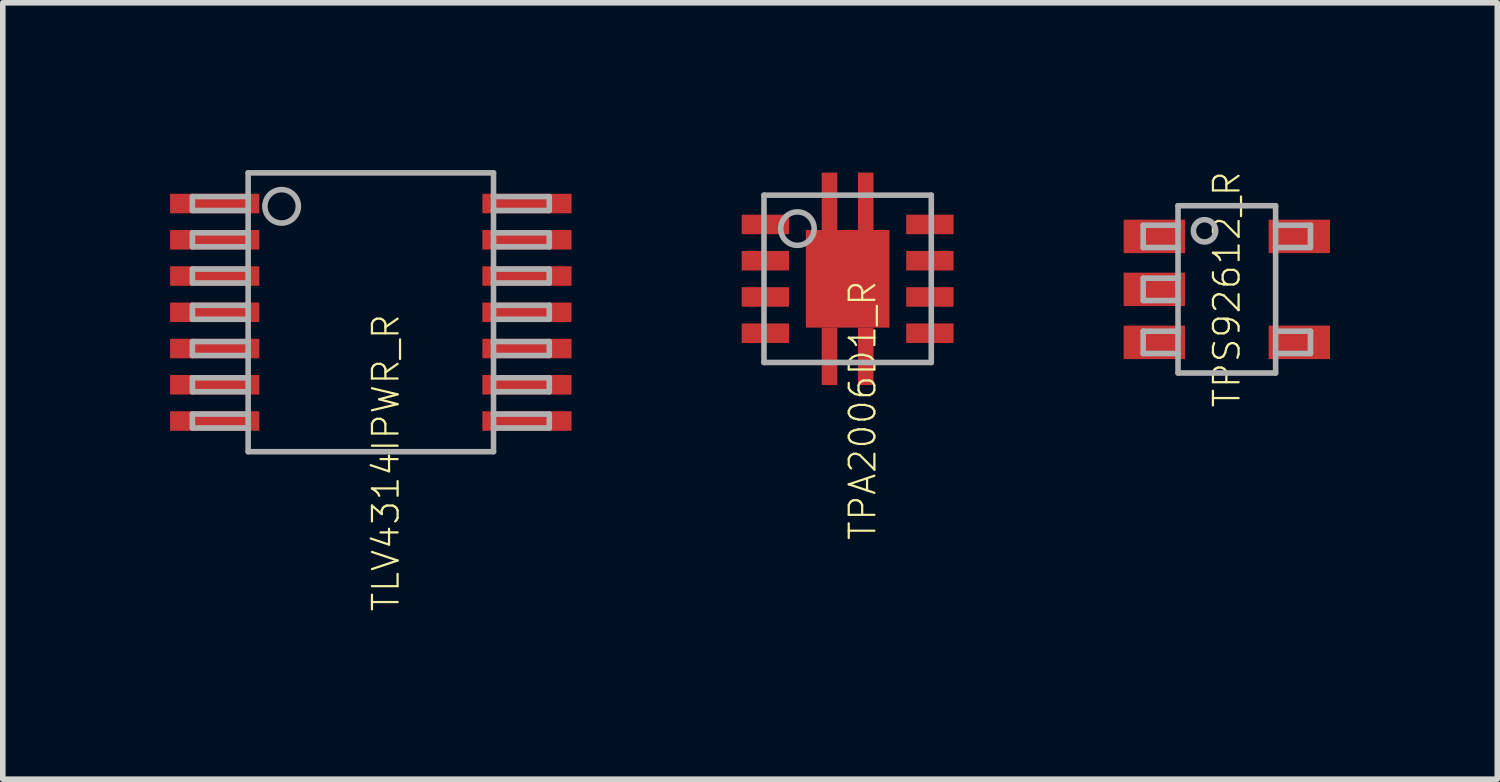
<source format=kicad_pcb>
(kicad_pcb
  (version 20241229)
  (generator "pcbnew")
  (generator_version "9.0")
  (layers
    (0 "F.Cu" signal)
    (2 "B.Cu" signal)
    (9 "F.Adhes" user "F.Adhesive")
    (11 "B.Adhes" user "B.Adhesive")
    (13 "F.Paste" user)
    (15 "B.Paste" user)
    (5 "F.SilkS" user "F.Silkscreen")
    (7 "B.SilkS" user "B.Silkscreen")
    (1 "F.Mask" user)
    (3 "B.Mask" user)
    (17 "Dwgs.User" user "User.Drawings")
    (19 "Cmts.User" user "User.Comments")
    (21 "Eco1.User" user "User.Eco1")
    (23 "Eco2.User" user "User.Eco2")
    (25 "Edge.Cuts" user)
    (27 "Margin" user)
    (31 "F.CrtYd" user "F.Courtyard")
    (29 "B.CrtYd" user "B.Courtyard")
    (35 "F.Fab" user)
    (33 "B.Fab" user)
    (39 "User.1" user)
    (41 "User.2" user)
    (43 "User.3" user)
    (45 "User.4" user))
  (footprint "TLV4314IPWR_R"
    (layer "F.Cu")
    (at 3.6 2.55)
    (property "Reference" "TLV4314IPWR_R" (at 0 0 90) (unlocked yes) (layer "F.SilkS") (effects (font (size 0.46 0.46) (thickness 0.04)) (justify right top)))
    (fp_poly (pts (xy -2 -1.775) (xy -3.6 -1.775) (xy -3.6 -2.125) (xy -2 -2.125)) (stroke (width 0) (type default)) (fill yes) (layer "F.Paste"))
    (fp_poly (pts (xy -2 -1.125) (xy -3.6 -1.125) (xy -3.6 -1.475) (xy -2 -1.475)) (stroke (width 0) (type default)) (fill yes) (layer "F.Paste"))
    (fp_poly (pts (xy -2 -0.475) (xy -3.6 -0.475) (xy -3.6 -0.825) (xy -2 -0.825)) (stroke (width 0) (type default)) (fill yes) (layer "F.Paste"))
    (fp_poly (pts (xy -2 0.175) (xy -3.6 0.175) (xy -3.6 -0.175) (xy -2 -0.175)) (stroke (width 0) (type default)) (fill yes) (layer "F.Paste"))
    (fp_poly (pts (xy -2 0.825) (xy -3.6 0.825) (xy -3.6 0.475) (xy -2 0.475)) (stroke (width 0) (type default)) (fill yes) (layer "F.Paste"))
    (fp_poly (pts (xy -2 1.475) (xy -3.6 1.475) (xy -3.6 1.125) (xy -2 1.125)) (stroke (width 0) (type default)) (fill yes) (layer "F.Paste"))
    (fp_poly (pts (xy -2 2.125) (xy -3.6 2.125) (xy -3.6 1.775) (xy -2 1.775)) (stroke (width 0) (type default)) (fill yes) (layer "F.Paste"))
    (fp_poly (pts (xy 3.6 -1.775) (xy 2 -1.775) (xy 2 -2.125) (xy 3.6 -2.125)) (stroke (width 0) (type default)) (fill yes) (layer "F.Paste"))
    (fp_poly (pts (xy 3.6 -1.125) (xy 2 -1.125) (xy 2 -1.475) (xy 3.6 -1.475)) (stroke (width 0) (type default)) (fill yes) (layer "F.Paste"))
    (fp_poly (pts (xy 3.6 -0.475) (xy 2 -0.475) (xy 2 -0.825) (xy 3.6 -0.825)) (stroke (width 0) (type default)) (fill yes) (layer "F.Paste"))
    (fp_poly (pts (xy 3.6 0.175) (xy 2 0.175) (xy 2 -0.175) (xy 3.6 -0.175)) (stroke (width 0) (type default)) (fill yes) (layer "F.Paste"))
    (fp_poly (pts (xy 3.6 0.825) (xy 2 0.825) (xy 2 0.475) (xy 3.6 0.475)) (stroke (width 0) (type default)) (fill yes) (layer "F.Paste"))
    (fp_poly (pts (xy 3.6 1.475) (xy 2 1.475) (xy 2 1.125) (xy 3.6 1.125)) (stroke (width 0) (type default)) (fill yes) (layer "F.Paste"))
    (fp_poly (pts (xy 3.6 2.125) (xy 2 2.125) (xy 2 1.775) (xy 3.6 1.775)) (stroke (width 0) (type default)) (fill yes) (layer "F.Paste"))
    (fp_line (start -3.2 -2.075) (end -3.2 -1.825) (stroke (width 0.1) (type solid)) (layer "F.Fab"))
    (fp_line (start -3.2 -1.825) (end -2.2 -1.825) (stroke (width 0.1) (type solid)) (layer "F.Fab"))
    (fp_line (start -3.2 -1.425) (end -3.2 -1.175) (stroke (width 0.1) (type solid)) (layer "F.Fab"))
    (fp_line (start -3.2 -1.175) (end -2.2 -1.175) (stroke (width 0.1) (type solid)) (layer "F.Fab"))
    (fp_line (start -3.2 -0.775) (end -3.2 -0.525) (stroke (width 0.1) (type solid)) (layer "F.Fab"))
    (fp_line (start -3.2 -0.525) (end -2.2 -0.525) (stroke (width 0.1) (type solid)) (layer "F.Fab"))
    (fp_line (start -3.2 -0.125) (end -3.2 0.125) (stroke (width 0.1) (type solid)) (layer "F.Fab"))
    (fp_line (start -3.2 0.125) (end -2.2 0.125) (stroke (width 0.1) (type solid)) (layer "F.Fab"))
    (fp_line (start -3.2 0.525) (end -3.2 0.775) (stroke (width 0.1) (type solid)) (layer "F.Fab"))
    (fp_line (start -3.2 0.775) (end -2.2 0.775) (stroke (width 0.1) (type solid)) (layer "F.Fab"))
    (fp_line (start -3.2 1.175) (end -3.2 1.425) (stroke (width 0.1) (type solid)) (layer "F.Fab"))
    (fp_line (start -3.2 1.425) (end -2.2 1.425) (stroke (width 0.1) (type solid)) (layer "F.Fab"))
    (fp_line (start -3.2 1.825) (end -3.2 2.075) (stroke (width 0.1) (type solid)) (layer "F.Fab"))
    (fp_line (start -3.2 2.075) (end -2.2 2.075) (stroke (width 0.1) (type solid)) (layer "F.Fab"))
    (fp_line (start -2.2 -2.5) (end -2.2 -2.075) (stroke (width 0.1) (type solid)) (layer "F.Fab"))
    (fp_line (start -2.2 -2.075) (end -3.2 -2.075) (stroke (width 0.1) (type solid)) (layer "F.Fab"))
    (fp_line (start -2.2 -2.075) (end -2.2 -1.825) (stroke (width 0.1) (type solid)) (layer "F.Fab"))
    (fp_line (start -2.2 -1.825) (end -2.2 -1.425) (stroke (width 0.1) (type solid)) (layer "F.Fab"))
    (fp_line (start -2.2 -1.425) (end -3.2 -1.425) (stroke (width 0.1) (type solid)) (layer "F.Fab"))
    (fp_line (start -2.2 -1.425) (end -2.2 -1.175) (stroke (width 0.1) (type solid)) (layer "F.Fab"))
    (fp_line (start -2.2 -1.175) (end -2.2 -0.775) (stroke (width 0.1) (type solid)) (layer "F.Fab"))
    (fp_line (start -2.2 -0.775) (end -3.2 -0.775) (stroke (width 0.1) (type solid)) (layer "F.Fab"))
    (fp_line (start -2.2 -0.775) (end -2.2 -0.525) (stroke (width 0.1) (type solid)) (layer "F.Fab"))
    (fp_line (start -2.2 -0.525) (end -2.2 -0.125) (stroke (width 0.1) (type solid)) (layer "F.Fab"))
    (fp_line (start -2.2 -0.125) (end -3.2 -0.125) (stroke (width 0.1) (type solid)) (layer "F.Fab"))
    (fp_line (start -2.2 -0.125) (end -2.2 0.125) (stroke (width 0.1) (type solid)) (layer "F.Fab"))
    (fp_line (start -2.2 0.125) (end -2.2 0.525) (stroke (width 0.1) (type solid)) (layer "F.Fab"))
    (fp_line (start -2.2 0.525) (end -3.2 0.525) (stroke (width 0.1) (type solid)) (layer "F.Fab"))
    (fp_line (start -2.2 0.525) (end -2.2 0.775) (stroke (width 0.1) (type solid)) (layer "F.Fab"))
    (fp_line (start -2.2 0.775) (end -2.2 1.175) (stroke (width 0.1) (type solid)) (layer "F.Fab"))
    (fp_line (start -2.2 1.175) (end -3.2 1.175) (stroke (width 0.1) (type solid)) (layer "F.Fab"))
    (fp_line (start -2.2 1.175) (end -2.2 1.425) (stroke (width 0.1) (type solid)) (layer "F.Fab"))
    (fp_line (start -2.2 1.425) (end -2.2 1.825) (stroke (width 0.1) (type solid)) (layer "F.Fab"))
    (fp_line (start -2.2 1.825) (end -3.2 1.825) (stroke (width 0.1) (type solid)) (layer "F.Fab"))
    (fp_line (start -2.2 1.825) (end -2.2 2.075) (stroke (width 0.1) (type solid)) (layer "F.Fab"))
    (fp_line (start -2.2 2.075) (end -2.2 2.5) (stroke (width 0.1) (type solid)) (layer "F.Fab"))
    (fp_line (start -2.2 2.5) (end 2.2 2.5) (stroke (width 0.1) (type solid)) (layer "F.Fab"))
    (fp_line (start 2.2 -2.5) (end -2.2 -2.5) (stroke (width 0.1) (type solid)) (layer "F.Fab"))
    (fp_line (start 2.2 -2.075) (end 2.2 -2.5) (stroke (width 0.1) (type solid)) (layer "F.Fab"))
    (fp_line (start 2.2 -1.825) (end 2.2 -2.075) (stroke (width 0.1) (type solid)) (layer "F.Fab"))
    (fp_line (start 2.2 -1.825) (end 3.2 -1.825) (stroke (width 0.1) (type solid)) (layer "F.Fab"))
    (fp_line (start 2.2 -1.425) (end 2.2 -1.825) (stroke (width 0.1) (type solid)) (layer "F.Fab"))
    (fp_line (start 2.2 -1.175) (end 2.2 -1.425) (stroke (width 0.1) (type solid)) (layer "F.Fab"))
    (fp_line (start 2.2 -1.175) (end 3.2 -1.175) (stroke (width 0.1) (type solid)) (layer "F.Fab"))
    (fp_line (start 2.2 -0.775) (end 2.2 -1.175) (stroke (width 0.1) (type solid)) (layer "F.Fab"))
    (fp_line (start 2.2 -0.525) (end 2.2 -0.775) (stroke (width 0.1) (type solid)) (layer "F.Fab"))
    (fp_line (start 2.2 -0.525) (end 3.2 -0.525) (stroke (width 0.1) (type solid)) (layer "F.Fab"))
    (fp_line (start 2.2 -0.125) (end 2.2 -0.525) (stroke (width 0.1) (type solid)) (layer "F.Fab"))
    (fp_line (start 2.2 0.125) (end 2.2 -0.125) (stroke (width 0.1) (type solid)) (layer "F.Fab"))
    (fp_line (start 2.2 0.125) (end 3.2 0.125) (stroke (width 0.1) (type solid)) (layer "F.Fab"))
    (fp_line (start 2.2 0.525) (end 2.2 0.125) (stroke (width 0.1) (type solid)) (layer "F.Fab"))
    (fp_line (start 2.2 0.775) (end 2.2 0.525) (stroke (width 0.1) (type solid)) (layer "F.Fab"))
    (fp_line (start 2.2 0.775) (end 3.2 0.775) (stroke (width 0.1) (type solid)) (layer "F.Fab"))
    (fp_line (start 2.2 1.175) (end 2.2 0.775) (stroke (width 0.1) (type solid)) (layer "F.Fab"))
    (fp_line (start 2.2 1.425) (end 2.2 1.175) (stroke (width 0.1) (type solid)) (layer "F.Fab"))
    (fp_line (start 2.2 1.425) (end 3.2 1.425) (stroke (width 0.1) (type solid)) (layer "F.Fab"))
    (fp_line (start 2.2 1.825) (end 2.2 1.425) (stroke (width 0.1) (type solid)) (layer "F.Fab"))
    (fp_line (start 2.2 2.075) (end 2.2 1.825) (stroke (width 0.1) (type solid)) (layer "F.Fab"))
    (fp_line (start 2.2 2.075) (end 3.2 2.075) (stroke (width 0.1) (type solid)) (layer "F.Fab"))
    (fp_line (start 2.2 2.5) (end 2.2 2.075) (stroke (width 0.1) (type solid)) (layer "F.Fab"))
    (fp_line (start 3.2 -2.075) (end 2.2 -2.075) (stroke (width 0.1) (type solid)) (layer "F.Fab"))
    (fp_line (start 3.2 -1.825) (end 3.2 -2.075) (stroke (width 0.1) (type solid)) (layer "F.Fab"))
    (fp_line (start 3.2 -1.425) (end 2.2 -1.425) (stroke (width 0.1) (type solid)) (layer "F.Fab"))
    (fp_line (start 3.2 -1.175) (end 3.2 -1.425) (stroke (width 0.1) (type solid)) (layer "F.Fab"))
    (fp_line (start 3.2 -0.775) (end 2.2 -0.775) (stroke (width 0.1) (type solid)) (layer "F.Fab"))
    (fp_line (start 3.2 -0.525) (end 3.2 -0.775) (stroke (width 0.1) (type solid)) (layer "F.Fab"))
    (fp_line (start 3.2 -0.125) (end 2.2 -0.125) (stroke (width 0.1) (type solid)) (layer "F.Fab"))
    (fp_line (start 3.2 0.125) (end 3.2 -0.125) (stroke (width 0.1) (type solid)) (layer "F.Fab"))
    (fp_line (start 3.2 0.525) (end 2.2 0.525) (stroke (width 0.1) (type solid)) (layer "F.Fab"))
    (fp_line (start 3.2 0.775) (end 3.2 0.525) (stroke (width 0.1) (type solid)) (layer "F.Fab"))
    (fp_line (start 3.2 1.175) (end 2.2 1.175) (stroke (width 0.1) (type solid)) (layer "F.Fab"))
    (fp_line (start 3.2 1.425) (end 3.2 1.175) (stroke (width 0.1) (type solid)) (layer "F.Fab"))
    (fp_line (start 3.2 1.825) (end 2.2 1.825) (stroke (width 0.1) (type solid)) (layer "F.Fab"))
    (fp_line (start 3.2 2.075) (end 3.2 1.825) (stroke (width 0.1) (type solid)) (layer "F.Fab"))
    (fp_circle (center -1.6 -1.9) (end -1.3 -1.9) (stroke (width 0.1) (type solid)) (fill no) (layer "F.Fab"))
    (pad "1" smd rect (at -2.8 -1.95) (size 1.6 0.35) (layers "F.Cu" "F.Mask"))
    (pad "2" smd rect (at -2.8 -1.3) (size 1.6 0.35) (layers "F.Cu" "F.Mask"))
    (pad "3" smd rect (at -2.8 -0.65) (size 1.6 0.35) (layers "F.Cu" "F.Mask"))
    (pad "4" smd rect (at -2.8 0) (size 1.6 0.35) (layers "F.Cu" "F.Mask"))
    (pad "5" smd rect (at -2.8 0.65) (size 1.6 0.35) (layers "F.Cu" "F.Mask"))
    (pad "6" smd rect (at -2.8 1.3) (size 1.6 0.35) (layers "F.Cu" "F.Mask"))
    (pad "7" smd rect (at -2.8 1.95) (size 1.6 0.35) (layers "F.Cu" "F.Mask"))
    (pad "8" smd rect (at 2.8 1.95) (size 1.6 0.35) (layers "F.Cu" "F.Mask"))
    (pad "9" smd rect (at 2.8 1.3) (size 1.6 0.35) (layers "F.Cu" "F.Mask"))
    (pad "10" smd rect (at 2.8 0.65) (size 1.6 0.35) (layers "F.Cu" "F.Mask"))
    (pad "11" smd rect (at 2.8 0) (size 1.6 0.35) (layers "F.Cu" "F.Mask"))
    (pad "12" smd rect (at 2.8 -0.65) (size 1.6 0.35) (layers "F.Cu" "F.Mask"))
    (pad "13" smd rect (at 2.8 -1.3) (size 1.6 0.35) (layers "F.Cu" "F.Mask"))
    (pad "14" smd rect (at 2.8 -1.95) (size 1.6 0.35) (layers "F.Cu" "F.Mask")))
  (footprint "TPA2006D1_R"
    (layer "F.Cu")
    (at 12.15 1.95)
    (property "Reference" "TPA2006D1_R" (at 0 0 90) (unlocked yes) (layer "F.SilkS") (effects (font (size 0.46 0.46) (thickness 0.04)) (justify right top)))
    (fp_poly (pts (xy -1.95 -1.2) (xy -1.95 -0.75) (xy -1 -0.75) (xy -1 -1.2)) (stroke (width 0) (type default)) (fill yes) (layer "F.Mask"))
    (fp_poly (pts (xy -1.95 -0.55) (xy -1.95 -0.1) (xy -1 -0.1) (xy -1 -0.55)) (stroke (width 0) (type default)) (fill yes) (layer "F.Mask"))
    (fp_poly (pts (xy -1.95 0.1) (xy -1.95 0.55) (xy -1 0.55) (xy -1 0.1)) (stroke (width 0) (type default)) (fill yes) (layer "F.Mask"))
    (fp_poly (pts (xy -1.95 0.75) (xy -1.95 1.2) (xy -1 1.2) (xy -1 0.75)) (stroke (width 0) (type default)) (fill yes) (layer "F.Mask"))
    (fp_poly (pts (xy -0.8 -0.925) (xy -0.8 0.925) (xy 0.8 0.925) (xy 0.8 -0.925)) (stroke (width 0) (type default)) (fill yes) (layer "F.Mask"))
    (fp_poly (pts (xy -0.515 -1.95) (xy -0.515 -0.925) (xy -0.135 -0.925) (xy -0.135 -1.95)) (stroke (width 0) (type default)) (fill yes) (layer "F.Mask"))
    (fp_poly (pts (xy -0.515 0.925) (xy -0.515 1.95) (xy -0.135 1.95) (xy -0.135 0.925)) (stroke (width 0) (type default)) (fill yes) (layer "F.Mask"))
    (fp_poly (pts (xy 0.135 -1.95) (xy 0.135 -0.925) (xy 0.515 -0.925) (xy 0.515 -1.95)) (stroke (width 0) (type default)) (fill yes) (layer "F.Mask"))
    (fp_poly (pts (xy 0.135 0.925) (xy 0.135 1.95) (xy 0.515 1.95) (xy 0.515 0.925)) (stroke (width 0) (type default)) (fill yes) (layer "F.Mask"))
    (fp_poly (pts (xy 1 -1.2) (xy 1 -0.75) (xy 1.95 -0.75) (xy 1.95 -1.2)) (stroke (width 0) (type default)) (fill yes) (layer "F.Mask"))
    (fp_poly (pts (xy 1 -0.55) (xy 1 -0.1) (xy 1.95 -0.1) (xy 1.95 -0.55)) (stroke (width 0) (type default)) (fill yes) (layer "F.Mask"))
    (fp_poly (pts (xy 1 0.1) (xy 1 0.55) (xy 1.95 0.55) (xy 1.95 0.1)) (stroke (width 0) (type default)) (fill yes) (layer "F.Mask"))
    (fp_poly (pts (xy 1 0.75) (xy 1 1.2) (xy 1.95 1.2) (xy 1.95 0.75)) (stroke (width 0) (type default)) (fill yes) (layer "F.Mask"))
    (fp_poly (pts (xy -1.875 -1.125) (xy -1.875 -0.825) (xy -1.075 -0.825) (xy -1.075 -1.125)) (stroke (width 0) (type default)) (fill yes) (layer "F.Paste"))
    (fp_poly (pts (xy -1.875 -0.475) (xy -1.875 -0.175) (xy -1.075 -0.175) (xy -1.075 -0.475)) (stroke (width 0) (type default)) (fill yes) (layer "F.Paste"))
    (fp_poly (pts (xy -1.875 0.175) (xy -1.875 0.475) (xy -1.075 0.475) (xy -1.075 0.175)) (stroke (width 0) (type default)) (fill yes) (layer "F.Paste"))
    (fp_poly (pts (xy -1.875 0.825) (xy -1.875 1.125) (xy -1.075 1.125) (xy -1.075 0.825)) (stroke (width 0) (type default)) (fill yes) (layer "F.Paste"))
    (fp_poly (pts (xy -0.65 -0.775) (xy -0.65 0.775) (xy 0.65 0.775) (xy 0.65 -0.775)) (stroke (width 0) (type default)) (fill yes) (layer "F.Paste"))
    (fp_poly (pts (xy -0.44 -1.875) (xy -0.44 -0.975) (xy -0.21 -0.975) (xy -0.21 -1.875)) (stroke (width 0) (type default)) (fill yes) (layer "F.Paste"))
    (fp_poly (pts (xy -0.44 0.975) (xy -0.44 1.875) (xy -0.21 1.875) (xy -0.21 0.975)) (stroke (width 0) (type default)) (fill yes) (layer "F.Paste"))
    (fp_poly (pts (xy 0.21 -1.875) (xy 0.21 -0.975) (xy 0.44 -0.975) (xy 0.44 -1.875)) (stroke (width 0) (type default)) (fill yes) (layer "F.Paste"))
    (fp_poly (pts (xy 0.21 0.975) (xy 0.21 1.875) (xy 0.44 1.875) (xy 0.44 0.975)) (stroke (width 0) (type default)) (fill yes) (layer "F.Paste"))
    (fp_poly (pts (xy 1.075 -1.125) (xy 1.075 -0.825) (xy 1.875 -0.825) (xy 1.875 -1.125)) (stroke (width 0) (type default)) (fill yes) (layer "F.Paste"))
    (fp_poly (pts (xy 1.075 -0.475) (xy 1.075 -0.175) (xy 1.875 -0.175) (xy 1.875 -0.475)) (stroke (width 0) (type default)) (fill yes) (layer "F.Paste"))
    (fp_poly (pts (xy 1.075 0.175) (xy 1.075 0.475) (xy 1.875 0.475) (xy 1.875 0.175)) (stroke (width 0) (type default)) (fill yes) (layer "F.Paste"))
    (fp_poly (pts (xy 1.075 0.825) (xy 1.075 1.125) (xy 1.875 1.125) (xy 1.875 0.825)) (stroke (width 0) (type default)) (fill yes) (layer "F.Paste"))
    (fp_line (start -1.5 -1.5) (end 1.5 -1.5) (stroke (width 0.1) (type solid)) (layer "F.Fab"))
    (fp_line (start -1.5 1.5) (end -1.5 -1.5) (stroke (width 0.1) (type solid)) (layer "F.Fab"))
    (fp_line (start 1.5 -1.5) (end 1.5 1.5) (stroke (width 0.1) (type solid)) (layer "F.Fab"))
    (fp_line (start 1.5 1.5) (end -1.5 1.5) (stroke (width 0.1) (type solid)) (layer "F.Fab"))
    (fp_circle (center -0.9 -0.9) (end -0.6 -0.9) (stroke (width 0.1) (type solid)) (fill no) (layer "F.Fab"))
    (pad "1" smd rect (at -1.475 -0.975 270) (size 0.35 0.85) (layers "F.Cu"))
    (pad "2" smd rect (at -1.475 -0.325 270) (size 0.35 0.85) (layers "F.Cu"))
    (pad "3" smd rect (at -1.475 0.325 270) (size 0.35 0.85) (layers "F.Cu"))
    (pad "4" smd rect (at -1.475 0.975 270) (size 0.35 0.85) (layers "F.Cu"))
    (pad "5" smd rect (at 1.475 0.975 270) (size 0.35 0.85) (layers "F.Cu"))
    (pad "6" smd rect (at 1.475 0.325 270) (size 0.35 0.85) (layers "F.Cu"))
    (pad "7" smd rect (at 1.475 -0.325 270) (size 0.35 0.85) (layers "F.Cu"))
    (pad "8" smd rect (at 1.475 -0.975 270) (size 0.35 0.85) (layers "F.Cu"))
    (pad "TH" smd rect (at 0 0 270) (size 1.75 1.5) (layers "F.Cu"))
    (pad "TH1" smd rect (at -0.325 1.39) (size 0.28 1.03) (layers "F.Cu"))
    (pad "TH2" smd rect (at 0.325 1.39) (size 0.28 1.03) (layers "F.Cu"))
    (pad "TH3" smd rect (at 0.325 -1.39 180) (size 0.28 1.03) (layers "F.Cu"))
    (pad "TH4" smd rect (at -0.325 -1.39 180) (size 0.28 1.03) (layers "F.Cu"))
    (zone (net_name "") (layer "F.Cu") (hatch edge 0.5) (connect_pads) (min_thickness 0.25) (filled_areas_thickness no) (keepout (tracks not_allowed) (vias not_allowed) (pads not_allowed) (copperpour not_allowed) (footprints allowed)) (placement (enabled no)) (fill) (polygon (pts (xy 11.15 3.4) (xy 11.685 3.4) (xy 11.685 2.825) (xy 11.15 2.825))))
    (zone (net_name "") (layer "F.Cu") (hatch edge 0.5) (connect_pads) (min_thickness 0.25) (filled_areas_thickness no) (keepout (tracks not_allowed) (vias not_allowed) (pads not_allowed) (copperpour not_allowed) (footprints allowed)) (placement (enabled no)) (fill) (polygon (pts (xy 11.685 0.5) (xy 11.15 0.5) (xy 11.15 1.075) (xy 11.685 1.075))))
    (zone (net_name "") (layer "F.Cu") (hatch edge 0.5) (connect_pads) (min_thickness 0.25) (filled_areas_thickness no) (keepout (tracks not_allowed) (vias not_allowed) (pads not_allowed) (copperpour not_allowed) (footprints allowed)) (placement (enabled no)) (fill) (polygon (pts (xy 11.965 3.4) (xy 12.335 3.4) (xy 12.335 2.825) (xy 11.965 2.825))))
    (zone (net_name "") (layer "F.Cu") (hatch edge 0.5) (connect_pads) (min_thickness 0.25) (filled_areas_thickness no) (keepout (tracks not_allowed) (vias not_allowed) (pads not_allowed) (copperpour not_allowed) (footprints allowed)) (placement (enabled no)) (fill) (polygon (pts (xy 12.335 0.5) (xy 11.965 0.5) (xy 11.965 1.075) (xy 12.335 1.075))))
    (zone (net_name "") (layer "F.Cu") (hatch edge 0.5) (connect_pads) (min_thickness 0.25) (filled_areas_thickness no) (keepout (tracks not_allowed) (vias not_allowed) (pads not_allowed) (copperpour not_allowed) (footprints allowed)) (placement (enabled no)) (fill) (polygon (pts (xy 12.615 3.4) (xy 13.15 3.4) (xy 13.15 2.825) (xy 12.615 2.825))))
    (zone (net_name "") (layer "F.Cu") (hatch edge 0.5) (connect_pads) (min_thickness 0.25) (filled_areas_thickness no) (keepout (tracks not_allowed) (vias not_allowed) (pads not_allowed) (copperpour not_allowed) (footprints allowed)) (placement (enabled no)) (fill) (polygon (pts (xy 13.15 0.5) (xy 12.615 0.5) (xy 12.615 1.075) (xy 13.15 1.075)))))
  (footprint "TPS92612_R"
    (layer "F.Cu")
    (at 18.95 2.139)
    (property "Reference" "TPS92612_R" (at 0 0 90) (unlocked yes) (layer "F.SilkS") (effects (font (size 0.46 0.46) (thickness 0.04))))
    (fp_line (start -1.5 -1.15) (end -1.5 -0.75) (stroke (width 0.1) (type solid)) (layer "F.Fab"))
    (fp_line (start -1.5 -0.75) (end -0.875 -0.75) (stroke (width 0.1) (type solid)) (layer "F.Fab"))
    (fp_line (start -1.5 -0.2) (end -1.5 0.2) (stroke (width 0.1) (type solid)) (layer "F.Fab"))
    (fp_line (start -1.5 0.75) (end -1.5 1.15) (stroke (width 0.1) (type solid)) (layer "F.Fab"))
    (fp_line (start -0.875 -1.5) (end 0.875 -1.5) (stroke (width 0.1) (type solid)) (layer "F.Fab"))
    (fp_line (start -0.875 -1.15) (end -1.5 -1.15) (stroke (width 0.1) (type solid)) (layer "F.Fab"))
    (fp_line (start -0.875 -1.15) (end -0.875 -1.5) (stroke (width 0.1) (type solid)) (layer "F.Fab"))
    (fp_line (start -0.875 -0.75) (end -0.875 -1.15) (stroke (width 0.1) (type solid)) (layer "F.Fab"))
    (fp_line (start -0.875 -0.2) (end -1.5 -0.2) (stroke (width 0.1) (type solid)) (layer "F.Fab"))
    (fp_line (start -0.875 -0.2) (end -0.875 -0.75) (stroke (width 0.1) (type solid)) (layer "F.Fab"))
    (fp_line (start -0.875 0.2) (end -1.5 0.2) (stroke (width 0.1) (type solid)) (layer "F.Fab"))
    (fp_line (start -0.875 0.2) (end -0.875 -0.2) (stroke (width 0.1) (type solid)) (layer "F.Fab"))
    (fp_line (start -0.875 0.75) (end -1.5 0.75) (stroke (width 0.1) (type solid)) (layer "F.Fab"))
    (fp_line (start -0.875 0.75) (end -0.875 0.2) (stroke (width 0.1) (type solid)) (layer "F.Fab"))
    (fp_line (start -0.875 1.15) (end -1.5 1.15) (stroke (width 0.1) (type solid)) (layer "F.Fab"))
    (fp_line (start -0.875 1.15) (end -0.875 0.75) (stroke (width 0.1) (type solid)) (layer "F.Fab"))
    (fp_line (start -0.875 1.5) (end -0.875 1.15) (stroke (width 0.1) (type solid)) (layer "F.Fab"))
    (fp_line (start 0.875 -1.5) (end 0.875 -1.15) (stroke (width 0.1) (type solid)) (layer "F.Fab"))
    (fp_line (start 0.875 -1.15) (end 0.875 -0.75) (stroke (width 0.1) (type solid)) (layer "F.Fab"))
    (fp_line (start 0.875 -0.75) (end 0.875 0.75) (stroke (width 0.1) (type solid)) (layer "F.Fab"))
    (fp_line (start 0.875 0.75) (end 0.875 1.15) (stroke (width 0.1) (type solid)) (layer "F.Fab"))
    (fp_line (start 0.875 1.15) (end 0.875 1.5) (stroke (width 0.1) (type solid)) (layer "F.Fab"))
    (fp_line (start 0.875 1.5) (end -0.875 1.5) (stroke (width 0.1) (type solid)) (layer "F.Fab"))
    (fp_line (start 1.5 -1.15) (end 0.875 -1.15) (stroke (width 0.1) (type solid)) (layer "F.Fab"))
    (fp_line (start 1.5 -1.15) (end 1.5 -0.75) (stroke (width 0.1) (type solid)) (layer "F.Fab"))
    (fp_line (start 1.5 -0.75) (end 0.875 -0.75) (stroke (width 0.1) (type solid)) (layer "F.Fab"))
    (fp_line (start 1.5 0.75) (end 0.875 0.75) (stroke (width 0.1) (type solid)) (layer "F.Fab"))
    (fp_line (start 1.5 0.75) (end 1.5 1.15) (stroke (width 0.1) (type solid)) (layer "F.Fab"))
    (fp_line (start 1.5 1.15) (end 0.875 1.15) (stroke (width 0.1) (type solid)) (layer "F.Fab"))
    (fp_circle (center -0.4 -1.05) (end -0.2 -1.05) (stroke (width 0.1) (type solid)) (fill no) (layer "F.Fab"))
    (pad "1" smd rect (at -1.3 -0.95) (size 1.1 0.6) (layers "F.Cu" "F.Mask" "F.Paste"))
    (pad "2" smd rect (at -1.3 0) (size 1.1 0.6) (layers "F.Cu" "F.Mask" "F.Paste"))
    (pad "3" smd rect (at -1.3 0.95) (size 1.1 0.6) (layers "F.Cu" "F.Mask" "F.Paste"))
    (pad "4" smd rect (at 1.3 0.95) (size 1.1 0.6) (layers "F.Cu" "F.Mask" "F.Paste"))
    (pad "5" smd rect (at 1.3 -0.95) (size 1.1 0.6) (layers "F.Cu" "F.Mask" "F.Paste")))
  (gr_rect
    (start -3 -3)
    (end 23.8 10.923)
    (stroke (width 0.1) (type default))
    (fill no)
    (layer "Edge.Cuts")))
</source>
